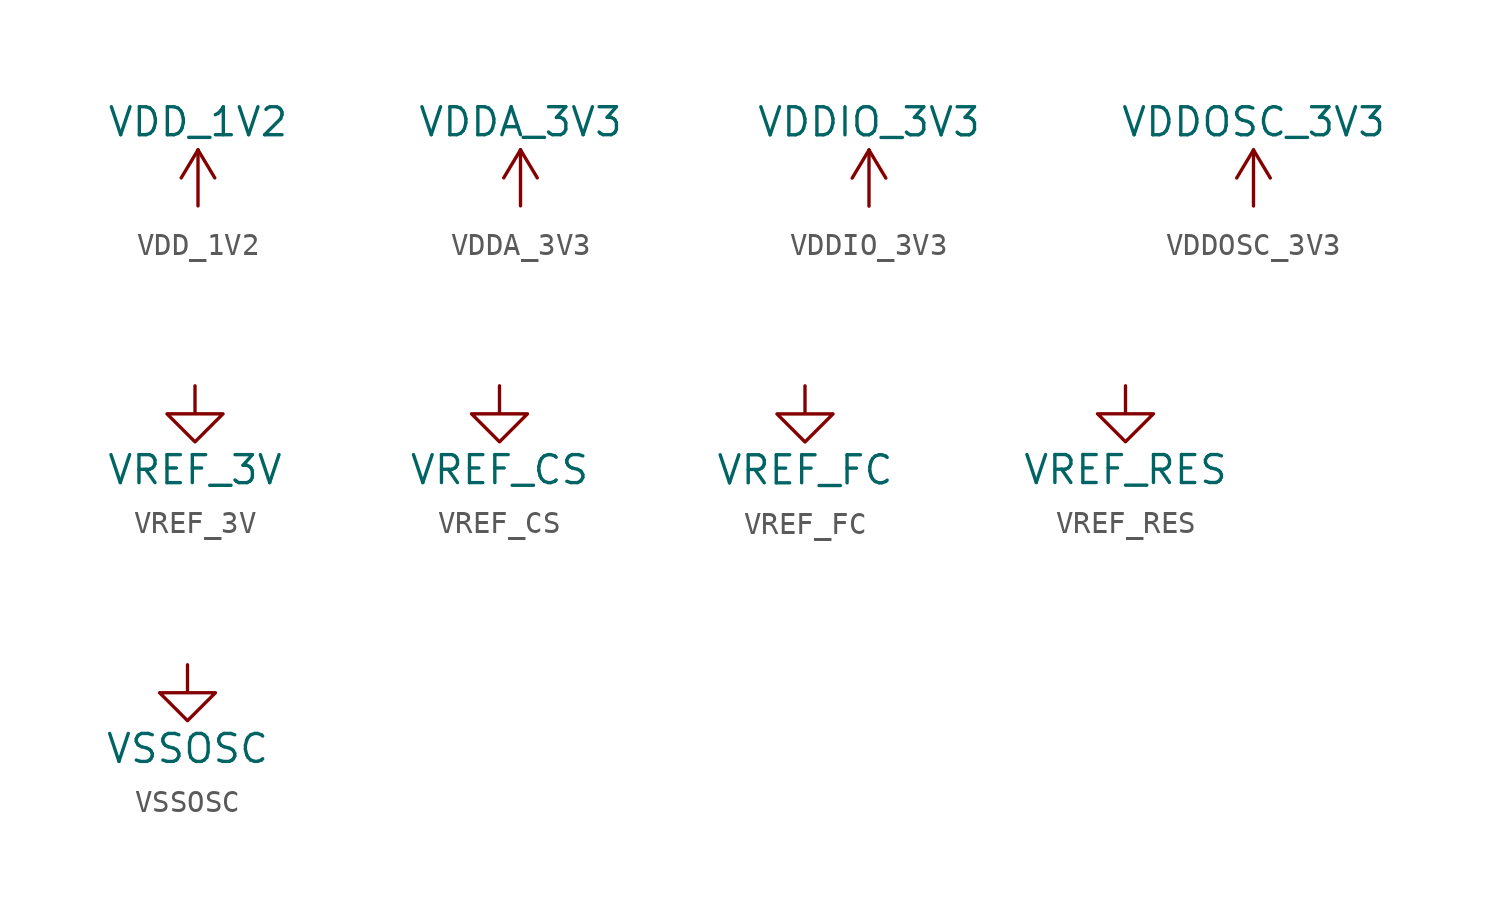
<source format=kicad_sym>
(kicad_symbol_lib
  (version 20231120)
  (generator "kicad_symbol_editor")
  (generator_version "8.0")
  (symbol "VDD_1V2"
    (power)
    (pin_names
      (offset 0))
    (property "Reference" "#PWR"
      (at 0 -3.81 0)
      (effects (font (size 1.27 1.27)) (hide yes)))
    (property "Value" "VDD_1V2"
      (at 0 3.81 0)
      (effects (font (size 1.27 1.27))))
    (symbol "VDD_1V2_0_1"
      (polyline (pts (xy -0.762 1.27) (xy 0 2.54)) (stroke (width 0) (type default)) (fill (type none)))
      (polyline (pts (xy 0 0) (xy 0 2.54)) (stroke (width 0) (type default)) (fill (type none)))
      (polyline (pts (xy 0 2.54) (xy 0.762 1.27)) (stroke (width 0) (type default)) (fill (type none))))
    (symbol "VDD_1V2_1_1"
      (pin power_in line (at 0 0 90) (length 0) hide (name "VDD_1V2" (effects (font (size 1.27 1.27)))) (number "1" (effects (font (size 1.27 1.27)))))))
  (symbol "VDDA_3V3"
    (power)
    (pin_names
      (offset 0))
    (property "Reference" "#PWR"
      (at 0 -3.81 0)
      (effects (font (size 1.27 1.27)) (hide yes)))
    (property "Value" "VDDA_3V3"
      (at 0 3.81 0)
      (effects (font (size 1.27 1.27))))
    (symbol "VDDA_3V3_0_1"
      (polyline (pts (xy -0.762 1.27) (xy 0 2.54)) (stroke (width 0) (type default)) (fill (type none)))
      (polyline (pts (xy 0 0) (xy 0 2.54)) (stroke (width 0) (type default)) (fill (type none)))
      (polyline (pts (xy 0 2.54) (xy 0.762 1.27)) (stroke (width 0) (type default)) (fill (type none))))
    (symbol "VDDA_3V3_1_1"
      (pin power_in line (at 0 0 90) (length 0) hide (name "VDDA_3V3" (effects (font (size 1.27 1.27)))) (number "1" (effects (font (size 1.27 1.27)))))))
  (symbol "VDDIO_3V3"
    (power)
    (pin_names
      (offset 0))
    (property "Reference" "#PWR"
      (at 0 -3.81 0)
      (effects (font (size 1.27 1.27)) (hide yes)))
    (property "Value" "VDDIO_3V3"
      (at 0 3.81 0)
      (effects (font (size 1.27 1.27))))
    (symbol "VDDIO_3V3_0_1"
      (polyline (pts (xy -0.762 1.27) (xy 0 2.54)) (stroke (width 0) (type default)) (fill (type none)))
      (polyline (pts (xy 0 0) (xy 0 2.54)) (stroke (width 0) (type default)) (fill (type none)))
      (polyline (pts (xy 0 2.54) (xy 0.762 1.27)) (stroke (width 0) (type default)) (fill (type none))))
    (symbol "VDDIO_3V3_1_1"
      (pin power_in line (at 0 0 90) (length 0) hide (name "VDDIO_3V3" (effects (font (size 1.27 1.27)))) (number "1" (effects (font (size 1.27 1.27)))))))
  (symbol "VDDOSC_3V3"
    (power)
    (pin_names
      (offset 0))
    (property "Reference" "#PWR"
      (at 0 -3.81 0)
      (effects (font (size 1.27 1.27)) (hide yes)))
    (property "Value" "VDDOSC_3V3"
      (at 0 3.81 0)
      (effects (font (size 1.27 1.27))))
    (symbol "VDDOSC_3V3_0_1"
      (polyline (pts (xy -0.762 1.27) (xy 0 2.54)) (stroke (width 0) (type default)) (fill (type none)))
      (polyline (pts (xy 0 0) (xy 0 2.54)) (stroke (width 0) (type default)) (fill (type none)))
      (polyline (pts (xy 0 2.54) (xy 0.762 1.27)) (stroke (width 0) (type default)) (fill (type none))))
    (symbol "VDDOSC_3V3_1_1"
      (pin power_in line (at 0 0 90) (length 0) hide (name "VDDOSC_3V3" (effects (font (size 1.27 1.27)))) (number "1" (effects (font (size 1.27 1.27)))))))
  (symbol "VREF_3V"
    (power)
    (pin_names
      (offset 0))
    (property "Reference" "#PWR"
      (at 0 -6.35 0)
      (effects (font (size 1.27 1.27)) (hide yes)))
    (property "Value" "VREF_3V"
      (at 0 -3.81 0)
      (effects (font (size 1.27 1.27))))
    (symbol "VREF_3V_0_1"
      (polyline (pts (xy 0 0) (xy 0 -1.27) (xy 1.27 -1.27) (xy 0 -2.54) (xy -1.27 -1.27) (xy 0 -1.27)) (stroke (width 0) (type default)) (fill (type none))))
    (symbol "VREF_3V_1_1"
      (pin power_in line (at 0 0 270) (length 0) hide (name "VREF_3V" (effects (font (size 1.27 1.27)))) (number "1" (effects (font (size 1.27 1.27)))))))
  (symbol "VREF_CS"
    (power)
    (pin_names
      (offset 0))
    (property "Reference" "#PWR"
      (at 0 -6.35 0)
      (effects (font (size 1.27 1.27)) (hide yes)))
    (property "Value" "VREF_CS"
      (at 0 -3.81 0)
      (effects (font (size 1.27 1.27))))
    (symbol "VREF_CS_0_1"
      (polyline (pts (xy 0 0) (xy 0 -1.27) (xy 1.27 -1.27) (xy 0 -2.54) (xy -1.27 -1.27) (xy 0 -1.27)) (stroke (width 0) (type default)) (fill (type none))))
    (symbol "VREF_CS_1_1"
      (pin power_in line (at 0 0 270) (length 0) hide (name "VREF_CS" (effects (font (size 1.27 1.27)))) (number "1" (effects (font (size 1.27 1.27)))))))
  (symbol "VREF_FC"
    (power)
    (pin_names
      (offset 0))
    (property "Reference" "#PWR"
      (at 0 -6.35 0)
      (effects (font (size 1.27 1.27)) (hide yes)))
    (property "Value" "VREF_FC"
      (at 0 -3.81 0)
      (effects (font (size 1.27 1.27))))
    (symbol "VREF_FC_0_1"
      (polyline (pts (xy 0 0) (xy 0 -1.27) (xy 1.27 -1.27) (xy 0 -2.54) (xy -1.27 -1.27) (xy 0 -1.27)) (stroke (width 0) (type default)) (fill (type none))))
    (symbol "VREF_FC_1_1"
      (pin power_in line (at 0 0 270) (length 0) hide (name "VREF_FC" (effects (font (size 1.27 1.27)))) (number "1" (effects (font (size 1.27 1.27)))))))
  (symbol "VREF_RES"
    (power)
    (pin_names
      (offset 0))
    (property "Reference" "#PWR"
      (at 0 -6.35 0)
      (effects (font (size 1.27 1.27)) (hide yes)))
    (property "Value" "VREF_RES"
      (at 0 -3.81 0)
      (effects (font (size 1.27 1.27))))
    (symbol "VREF_RES_0_1"
      (polyline (pts (xy 0 0) (xy 0 -1.27) (xy 1.27 -1.27) (xy 0 -2.54) (xy -1.27 -1.27) (xy 0 -1.27)) (stroke (width 0) (type default)) (fill (type none))))
    (symbol "VREF_RES_1_1"
      (pin power_in line (at 0 0 270) (length 0) hide (name "VREF_RES" (effects (font (size 1.27 1.27)))) (number "1" (effects (font (size 1.27 1.27)))))))
  (symbol "VSSOSC"
    (power)
    (pin_names
      (offset 0))
    (property "Reference" "#PWR"
      (at 0 -6.35 0)
      (effects (font (size 1.27 1.27)) (hide yes)))
    (property "Value" "VSSOSC"
      (at 0 -3.81 0)
      (effects (font (size 1.27 1.27))))
    (symbol "VSSOSC_0_1"
      (polyline (pts (xy 0 0) (xy 0 -1.27) (xy 1.27 -1.27) (xy 0 -2.54) (xy -1.27 -1.27) (xy 0 -1.27)) (stroke (width 0) (type default)) (fill (type none))))
    (symbol "VSSOSC_1_1"
      (pin power_in line (at 0 0 270) (length 0) hide (name "VSSOSC" (effects (font (size 1.27 1.27)))) (number "1" (effects (font (size 1.27 1.27))))))))
</source>
